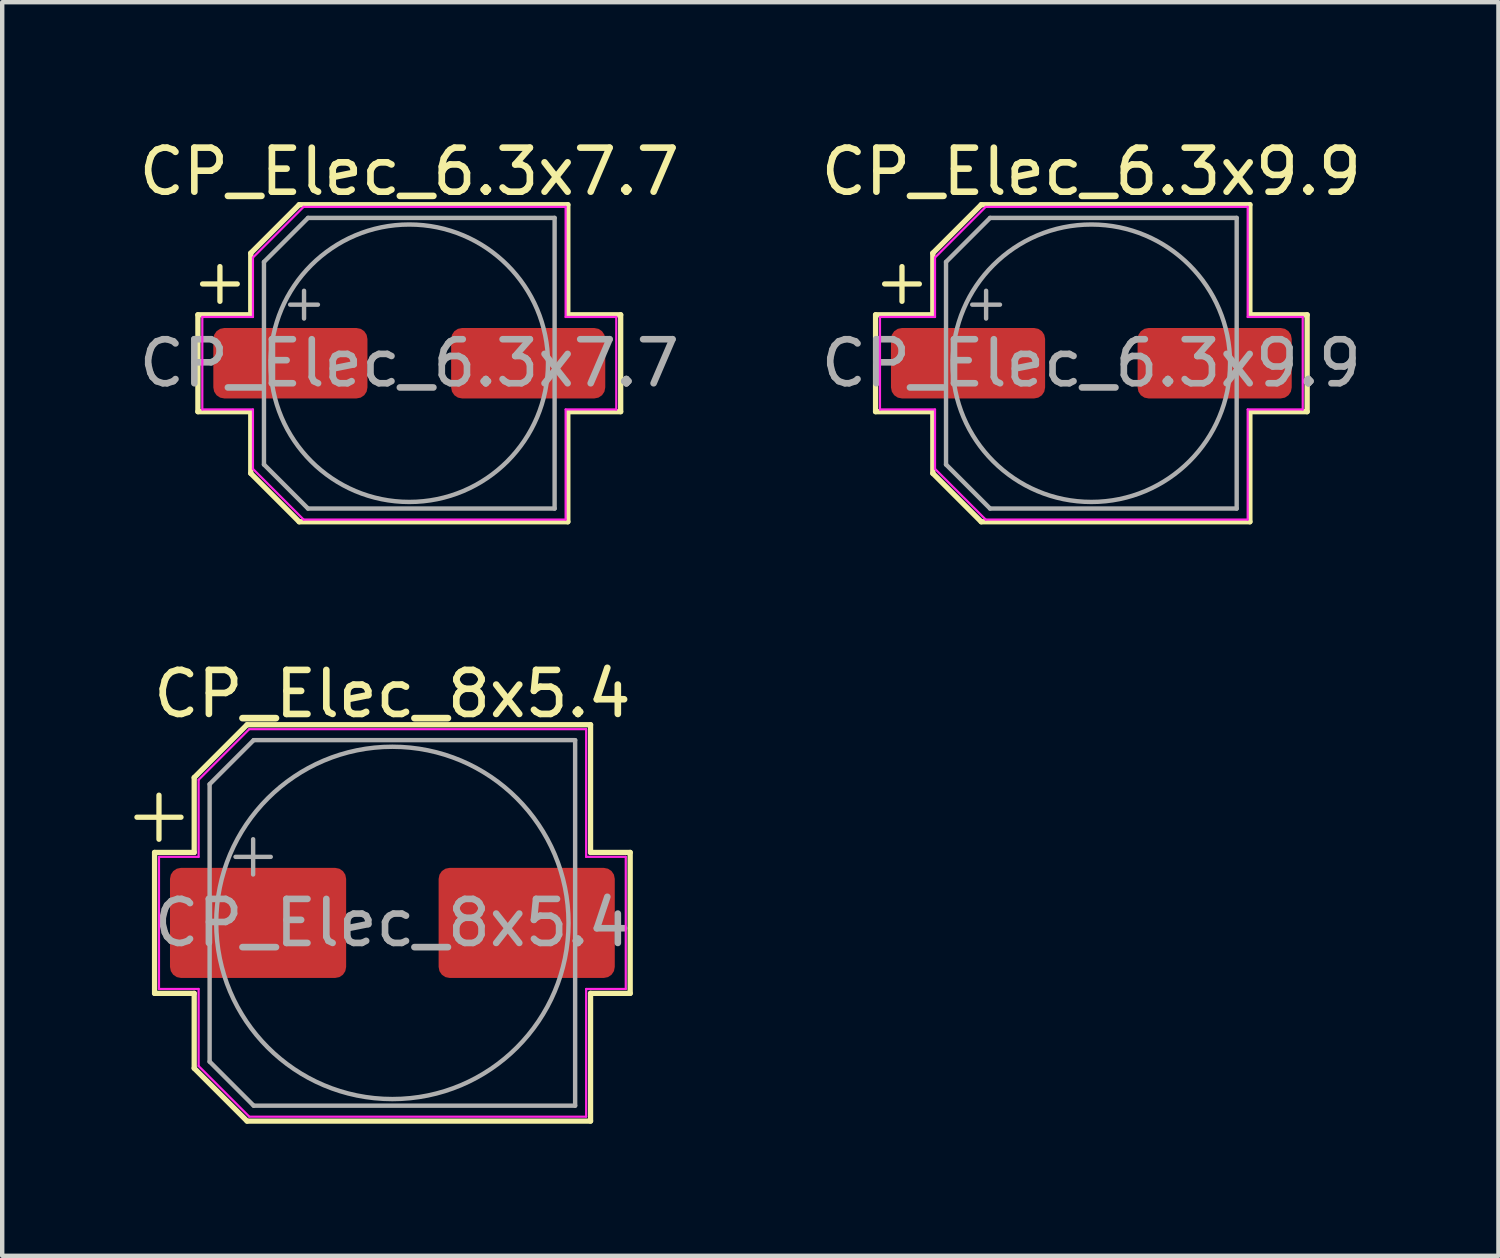
<source format=kicad_pcb>
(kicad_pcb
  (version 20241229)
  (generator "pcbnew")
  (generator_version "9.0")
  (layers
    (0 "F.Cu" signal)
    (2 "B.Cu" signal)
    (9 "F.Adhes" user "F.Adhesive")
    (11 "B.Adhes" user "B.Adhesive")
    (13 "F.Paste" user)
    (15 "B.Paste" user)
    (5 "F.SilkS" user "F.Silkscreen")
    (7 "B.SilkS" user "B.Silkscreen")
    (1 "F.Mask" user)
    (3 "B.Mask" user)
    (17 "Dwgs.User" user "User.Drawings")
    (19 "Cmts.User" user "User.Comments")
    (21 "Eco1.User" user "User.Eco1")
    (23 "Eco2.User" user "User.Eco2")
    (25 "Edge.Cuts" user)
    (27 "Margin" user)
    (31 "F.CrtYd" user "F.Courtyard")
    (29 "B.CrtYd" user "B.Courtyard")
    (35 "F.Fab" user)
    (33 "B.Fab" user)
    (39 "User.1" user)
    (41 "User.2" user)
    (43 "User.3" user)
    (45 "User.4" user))
  (footprint "CP_Elec_8x5.4"
    (layer "F.Cu")
    (at 5.86 17.907)
    (property "Reference" "CP_Elec_8x5.4" (at 0 -5.2 0) (layer "F.SilkS") (effects (font (size 1 1) (thickness 0.15))))
    (attr smd)
    (fp_line (start -5.8 -2.4) (end -4.8 -2.4) (stroke (width 0.12) (type solid)) (layer "F.SilkS"))
    (fp_line (start -5.4 -1.6) (end -5.4 1.6) (stroke (width 0.12) (type solid)) (layer "F.SilkS"))
    (fp_line (start -5.4 1.6) (end -4.5 1.6) (stroke (width 0.12) (type solid)) (layer "F.SilkS"))
    (fp_line (start -5.3 -2.9) (end -5.3 -1.9) (stroke (width 0.12) (type solid)) (layer "F.SilkS"))
    (fp_line (start -4.5 -3.3) (end -4.5 -1.6) (stroke (width 0.12) (type solid)) (layer "F.SilkS"))
    (fp_line (start -4.5 -1.6) (end -5.4 -1.6) (stroke (width 0.12) (type solid)) (layer "F.SilkS"))
    (fp_line (start -4.5 1.6) (end -4.5 3.3) (stroke (width 0.12) (type solid)) (layer "F.SilkS"))
    (fp_line (start -4.5 3.3) (end -3.3 4.5) (stroke (width 0.12) (type solid)) (layer "F.SilkS"))
    (fp_line (start -3.3 -4.5) (end -4.5 -3.3) (stroke (width 0.12) (type solid)) (layer "F.SilkS"))
    (fp_line (start -3.3 4.5) (end 4.5 4.5) (stroke (width 0.12) (type solid)) (layer "F.SilkS"))
    (fp_line (start 4.5 -4.5) (end -3.3 -4.5) (stroke (width 0.12) (type solid)) (layer "F.SilkS"))
    (fp_line (start 4.5 -1.6) (end 4.5 -4.5) (stroke (width 0.12) (type solid)) (layer "F.SilkS"))
    (fp_line (start 4.5 1.6) (end 5.4 1.6) (stroke (width 0.12) (type solid)) (layer "F.SilkS"))
    (fp_line (start 4.5 4.5) (end 4.5 1.6) (stroke (width 0.12) (type solid)) (layer "F.SilkS"))
    (fp_line (start 5.4 -1.6) (end 4.5 -1.6) (stroke (width 0.12) (type solid)) (layer "F.SilkS"))
    (fp_line (start 5.4 1.6) (end 5.4 -1.6) (stroke (width 0.12) (type solid)) (layer "F.SilkS"))
    (fp_line (start -5.3 -1.5) (end -5.3 1.5) (stroke (width 0.05) (type solid)) (layer "F.CrtYd"))
    (fp_line (start -5.3 1.5) (end -4.4 1.5) (stroke (width 0.05) (type solid)) (layer "F.CrtYd"))
    (fp_line (start -4.4 -3.25) (end -4.4 -1.5) (stroke (width 0.05) (type solid)) (layer "F.CrtYd"))
    (fp_line (start -4.4 -3.25) (end -3.25 -4.4) (stroke (width 0.05) (type solid)) (layer "F.CrtYd"))
    (fp_line (start -4.4 -1.5) (end -5.3 -1.5) (stroke (width 0.05) (type solid)) (layer "F.CrtYd"))
    (fp_line (start -4.4 1.5) (end -4.4 3.25) (stroke (width 0.05) (type solid)) (layer "F.CrtYd"))
    (fp_line (start -4.4 3.25) (end -3.25 4.4) (stroke (width 0.05) (type solid)) (layer "F.CrtYd"))
    (fp_line (start -3.25 -4.4) (end 4.4 -4.4) (stroke (width 0.05) (type solid)) (layer "F.CrtYd"))
    (fp_line (start -3.25 4.4) (end 4.4 4.4) (stroke (width 0.05) (type solid)) (layer "F.CrtYd"))
    (fp_line (start 4.4 -4.4) (end 4.4 -1.5) (stroke (width 0.05) (type solid)) (layer "F.CrtYd"))
    (fp_line (start 4.4 -1.5) (end 5.3 -1.5) (stroke (width 0.05) (type solid)) (layer "F.CrtYd"))
    (fp_line (start 4.4 1.5) (end 4.4 4.4) (stroke (width 0.05) (type solid)) (layer "F.CrtYd"))
    (fp_line (start 5.3 -1.5) (end 5.3 1.5) (stroke (width 0.05) (type solid)) (layer "F.CrtYd"))
    (fp_line (start 5.3 1.5) (end 4.4 1.5) (stroke (width 0.05) (type solid)) (layer "F.CrtYd"))
    (fp_line (start -4.15 -3.15) (end -4.15 3.15) (stroke (width 0.1) (type solid)) (layer "F.Fab"))
    (fp_line (start -4.15 -3.15) (end -3.15 -4.15) (stroke (width 0.1) (type solid)) (layer "F.Fab"))
    (fp_line (start -4.15 3.15) (end -3.15 4.15) (stroke (width 0.1) (type solid)) (layer "F.Fab"))
    (fp_line (start -3.562 -1.5) (end -2.762 -1.5) (stroke (width 0.1) (type solid)) (layer "F.Fab"))
    (fp_line (start -3.162 -1.9) (end -3.162 -1.1) (stroke (width 0.1) (type solid)) (layer "F.Fab"))
    (fp_line (start -3.15 -4.15) (end 4.15 -4.15) (stroke (width 0.1) (type solid)) (layer "F.Fab"))
    (fp_line (start -3.15 4.15) (end 4.15 4.15) (stroke (width 0.1) (type solid)) (layer "F.Fab"))
    (fp_line (start 4.15 -4.15) (end 4.15 4.15) (stroke (width 0.1) (type solid)) (layer "F.Fab"))
    (fp_circle (center 0 0) (end 4 0) (stroke (width 0.1) (type solid)) (fill no) (layer "F.Fab"))
    (fp_text user "${REFERENCE}" (at 0 0 0) (layer "F.Fab") (effects (font (size 1 1) (thickness 0.15))))
    (pad "1" smd roundrect (at -3.05 0) (size 4 2.5) (layers "F.Cu" "F.Mask" "F.Paste") (roundrect_rratio 0.1))
    (pad "2" smd roundrect (at 3.05 0) (size 4 2.5) (layers "F.Cu" "F.Mask" "F.Paste") (roundrect_rratio 0.1)))
  (footprint "CP_Elec_6.3x9.9"
    (layer "F.Cu")
    (at 21.732 5.198)
    (property "Reference" "CP_Elec_6.3x9.9" (at 0 -4.35 0) (layer "F.SilkS") (effects (font (size 1 1) (thickness 0.15))))
    (attr smd)
    (fp_line (start -4.9 -1.1) (end -4.9 1.1) (stroke (width 0.12) (type solid)) (layer "F.SilkS"))
    (fp_line (start -4.9 1.1) (end -3.6 1.1) (stroke (width 0.12) (type solid)) (layer "F.SilkS"))
    (fp_line (start -4.694 -1.8) (end -3.906 -1.8) (stroke (width 0.12) (type solid)) (layer "F.SilkS"))
    (fp_line (start -4.3 -2.194) (end -4.3 -1.406) (stroke (width 0.12) (type solid)) (layer "F.SilkS"))
    (fp_line (start -3.6 -2.5) (end -3.6 -1.1) (stroke (width 0.12) (type solid)) (layer "F.SilkS"))
    (fp_line (start -3.6 -1.1) (end -4.9 -1.1) (stroke (width 0.12) (type solid)) (layer "F.SilkS"))
    (fp_line (start -3.6 1.1) (end -3.6 2.5) (stroke (width 0.12) (type solid)) (layer "F.SilkS"))
    (fp_line (start -3.6 2.5) (end -2.5 3.6) (stroke (width 0.12) (type solid)) (layer "F.SilkS"))
    (fp_line (start -2.5 -3.6) (end -3.6 -2.5) (stroke (width 0.12) (type solid)) (layer "F.SilkS"))
    (fp_line (start -2.5 3.6) (end 3.6 3.6) (stroke (width 0.12) (type solid)) (layer "F.SilkS"))
    (fp_line (start 3.6 -3.6) (end -2.5 -3.6) (stroke (width 0.12) (type solid)) (layer "F.SilkS"))
    (fp_line (start 3.6 -1.1) (end 3.6 -3.6) (stroke (width 0.12) (type solid)) (layer "F.SilkS"))
    (fp_line (start 3.6 1.1) (end 4.9 1.1) (stroke (width 0.12) (type solid)) (layer "F.SilkS"))
    (fp_line (start 3.6 3.6) (end 3.6 1.1) (stroke (width 0.12) (type solid)) (layer "F.SilkS"))
    (fp_line (start 4.9 -1.1) (end 3.6 -1.1) (stroke (width 0.12) (type solid)) (layer "F.SilkS"))
    (fp_line (start 4.9 1.1) (end 4.9 -1.1) (stroke (width 0.12) (type solid)) (layer "F.SilkS"))
    (fp_line (start -4.8 -1.05) (end -4.8 1.05) (stroke (width 0.05) (type solid)) (layer "F.CrtYd"))
    (fp_line (start -4.8 1.05) (end -3.55 1.05) (stroke (width 0.05) (type solid)) (layer "F.CrtYd"))
    (fp_line (start -3.55 -2.4) (end -3.55 -1.05) (stroke (width 0.05) (type solid)) (layer "F.CrtYd"))
    (fp_line (start -3.55 -2.4) (end -2.4 -3.55) (stroke (width 0.05) (type solid)) (layer "F.CrtYd"))
    (fp_line (start -3.55 -1.05) (end -4.8 -1.05) (stroke (width 0.05) (type solid)) (layer "F.CrtYd"))
    (fp_line (start -3.55 1.05) (end -3.55 2.4) (stroke (width 0.05) (type solid)) (layer "F.CrtYd"))
    (fp_line (start -3.55 2.4) (end -2.4 3.55) (stroke (width 0.05) (type solid)) (layer "F.CrtYd"))
    (fp_line (start -2.4 -3.55) (end 3.55 -3.55) (stroke (width 0.05) (type solid)) (layer "F.CrtYd"))
    (fp_line (start -2.4 3.55) (end 3.55 3.55) (stroke (width 0.05) (type solid)) (layer "F.CrtYd"))
    (fp_line (start 3.55 -3.55) (end 3.55 -1.05) (stroke (width 0.05) (type solid)) (layer "F.CrtYd"))
    (fp_line (start 3.55 -1.05) (end 4.8 -1.05) (stroke (width 0.05) (type solid)) (layer "F.CrtYd"))
    (fp_line (start 3.55 1.05) (end 3.55 3.55) (stroke (width 0.05) (type solid)) (layer "F.CrtYd"))
    (fp_line (start 4.8 -1.05) (end 4.8 1.05) (stroke (width 0.05) (type solid)) (layer "F.CrtYd"))
    (fp_line (start 4.8 1.05) (end 3.55 1.05) (stroke (width 0.05) (type solid)) (layer "F.CrtYd"))
    (fp_line (start -3.3 -2.3) (end -3.3 2.3) (stroke (width 0.1) (type solid)) (layer "F.Fab"))
    (fp_line (start -3.3 -2.3) (end -2.3 -3.3) (stroke (width 0.1) (type solid)) (layer "F.Fab"))
    (fp_line (start -3.3 2.3) (end -2.3 3.3) (stroke (width 0.1) (type solid)) (layer "F.Fab"))
    (fp_line (start -2.705 -1.33) (end -2.075 -1.33) (stroke (width 0.1) (type solid)) (layer "F.Fab"))
    (fp_line (start -2.39 -1.645) (end -2.39 -1.015) (stroke (width 0.1) (type solid)) (layer "F.Fab"))
    (fp_line (start -2.3 -3.3) (end 3.3 -3.3) (stroke (width 0.1) (type solid)) (layer "F.Fab"))
    (fp_line (start -2.3 3.3) (end 3.3 3.3) (stroke (width 0.1) (type solid)) (layer "F.Fab"))
    (fp_line (start 3.3 -3.3) (end 3.3 3.3) (stroke (width 0.1) (type solid)) (layer "F.Fab"))
    (fp_circle (center 0 0) (end 3.15 0) (stroke (width 0.1) (type solid)) (fill no) (layer "F.Fab"))
    (fp_text user "${REFERENCE}" (at 0 0 0) (layer "F.Fab") (effects (font (size 1 1) (thickness 0.15))))
    (pad "1" smd roundrect (at -2.8 0) (size 3.5 1.6) (layers "F.Cu" "F.Mask" "F.Paste") (roundrect_rratio 0.156))
    (pad "2" smd roundrect (at 2.8 0) (size 3.5 1.6) (layers "F.Cu" "F.Mask" "F.Paste") (roundrect_rratio 0.156)))
  (footprint "CP_Elec_6.3x7.7"
    (layer "F.Cu")
    (at 6.244 5.198)
    (property "Reference" "CP_Elec_6.3x7.7" (at 0 -4.35 0) (layer "F.SilkS") (effects (font (size 1 1) (thickness 0.15))))
    (attr smd)
    (fp_line (start -4.8 -1.1) (end -4.8 1.1) (stroke (width 0.12) (type solid)) (layer "F.SilkS"))
    (fp_line (start -4.8 1.1) (end -3.6 1.1) (stroke (width 0.12) (type solid)) (layer "F.SilkS"))
    (fp_line (start -4.694 -1.8) (end -3.906 -1.8) (stroke (width 0.12) (type solid)) (layer "F.SilkS"))
    (fp_line (start -4.3 -2.194) (end -4.3 -1.406) (stroke (width 0.12) (type solid)) (layer "F.SilkS"))
    (fp_line (start -3.6 -2.5) (end -3.6 -1.1) (stroke (width 0.12) (type solid)) (layer "F.SilkS"))
    (fp_line (start -3.6 -1.1) (end -4.8 -1.1) (stroke (width 0.12) (type solid)) (layer "F.SilkS"))
    (fp_line (start -3.6 1.1) (end -3.6 2.5) (stroke (width 0.12) (type solid)) (layer "F.SilkS"))
    (fp_line (start -3.6 2.5) (end -2.5 3.6) (stroke (width 0.12) (type solid)) (layer "F.SilkS"))
    (fp_line (start -2.5 -3.6) (end -3.6 -2.5) (stroke (width 0.12) (type solid)) (layer "F.SilkS"))
    (fp_line (start -2.5 3.6) (end 3.6 3.6) (stroke (width 0.12) (type solid)) (layer "F.SilkS"))
    (fp_line (start 3.6 -3.6) (end -2.5 -3.6) (stroke (width 0.12) (type solid)) (layer "F.SilkS"))
    (fp_line (start 3.6 -1.1) (end 3.6 -3.6) (stroke (width 0.12) (type solid)) (layer "F.SilkS"))
    (fp_line (start 3.6 1.1) (end 4.8 1.1) (stroke (width 0.12) (type solid)) (layer "F.SilkS"))
    (fp_line (start 3.6 3.6) (end 3.6 1.1) (stroke (width 0.12) (type solid)) (layer "F.SilkS"))
    (fp_line (start 4.8 -1.1) (end 3.6 -1.1) (stroke (width 0.12) (type solid)) (layer "F.SilkS"))
    (fp_line (start 4.8 1.1) (end 4.8 -1.1) (stroke (width 0.12) (type solid)) (layer "F.SilkS"))
    (fp_line (start -4.7 -1.05) (end -4.7 1.05) (stroke (width 0.05) (type solid)) (layer "F.CrtYd"))
    (fp_line (start -4.7 1.05) (end -3.55 1.05) (stroke (width 0.05) (type solid)) (layer "F.CrtYd"))
    (fp_line (start -3.55 -2.4) (end -3.55 -1.05) (stroke (width 0.05) (type solid)) (layer "F.CrtYd"))
    (fp_line (start -3.55 -2.4) (end -2.4 -3.55) (stroke (width 0.05) (type solid)) (layer "F.CrtYd"))
    (fp_line (start -3.55 -1.05) (end -4.7 -1.05) (stroke (width 0.05) (type solid)) (layer "F.CrtYd"))
    (fp_line (start -3.55 1.05) (end -3.55 2.4) (stroke (width 0.05) (type solid)) (layer "F.CrtYd"))
    (fp_line (start -3.55 2.4) (end -2.4 3.55) (stroke (width 0.05) (type solid)) (layer "F.CrtYd"))
    (fp_line (start -2.4 -3.55) (end 3.55 -3.55) (stroke (width 0.05) (type solid)) (layer "F.CrtYd"))
    (fp_line (start -2.4 3.55) (end 3.55 3.55) (stroke (width 0.05) (type solid)) (layer "F.CrtYd"))
    (fp_line (start 3.55 -3.55) (end 3.55 -1.05) (stroke (width 0.05) (type solid)) (layer "F.CrtYd"))
    (fp_line (start 3.55 -1.05) (end 4.7 -1.05) (stroke (width 0.05) (type solid)) (layer "F.CrtYd"))
    (fp_line (start 3.55 1.05) (end 3.55 3.55) (stroke (width 0.05) (type solid)) (layer "F.CrtYd"))
    (fp_line (start 4.7 -1.05) (end 4.7 1.05) (stroke (width 0.05) (type solid)) (layer "F.CrtYd"))
    (fp_line (start 4.7 1.05) (end 3.55 1.05) (stroke (width 0.05) (type solid)) (layer "F.CrtYd"))
    (fp_line (start -3.3 -2.3) (end -3.3 2.3) (stroke (width 0.1) (type solid)) (layer "F.Fab"))
    (fp_line (start -3.3 -2.3) (end -2.3 -3.3) (stroke (width 0.1) (type solid)) (layer "F.Fab"))
    (fp_line (start -3.3 2.3) (end -2.3 3.3) (stroke (width 0.1) (type solid)) (layer "F.Fab"))
    (fp_line (start -2.705 -1.33) (end -2.075 -1.33) (stroke (width 0.1) (type solid)) (layer "F.Fab"))
    (fp_line (start -2.39 -1.645) (end -2.39 -1.015) (stroke (width 0.1) (type solid)) (layer "F.Fab"))
    (fp_line (start -2.3 -3.3) (end 3.3 -3.3) (stroke (width 0.1) (type solid)) (layer "F.Fab"))
    (fp_line (start -2.3 3.3) (end 3.3 3.3) (stroke (width 0.1) (type solid)) (layer "F.Fab"))
    (fp_line (start 3.3 -3.3) (end 3.3 3.3) (stroke (width 0.1) (type solid)) (layer "F.Fab"))
    (fp_circle (center 0 0) (end 3.15 0) (stroke (width 0.1) (type solid)) (fill no) (layer "F.Fab"))
    (fp_text user "${REFERENCE}" (at 0 0 0) (layer "F.Fab") (effects (font (size 1 1) (thickness 0.15))))
    (pad "1" smd roundrect (at -2.7 0) (size 3.5 1.6) (layers "F.Cu" "F.Mask" "F.Paste") (roundrect_rratio 0.156))
    (pad "2" smd roundrect (at 2.7 0) (size 3.5 1.6) (layers "F.Cu" "F.Mask" "F.Paste") (roundrect_rratio 0.156)))
  (gr_rect
    (start -3 -3)
    (end 30.976 25.466)
    (stroke (width 0.1) (type default))
    (fill no)
    (layer "Edge.Cuts")))
</source>
